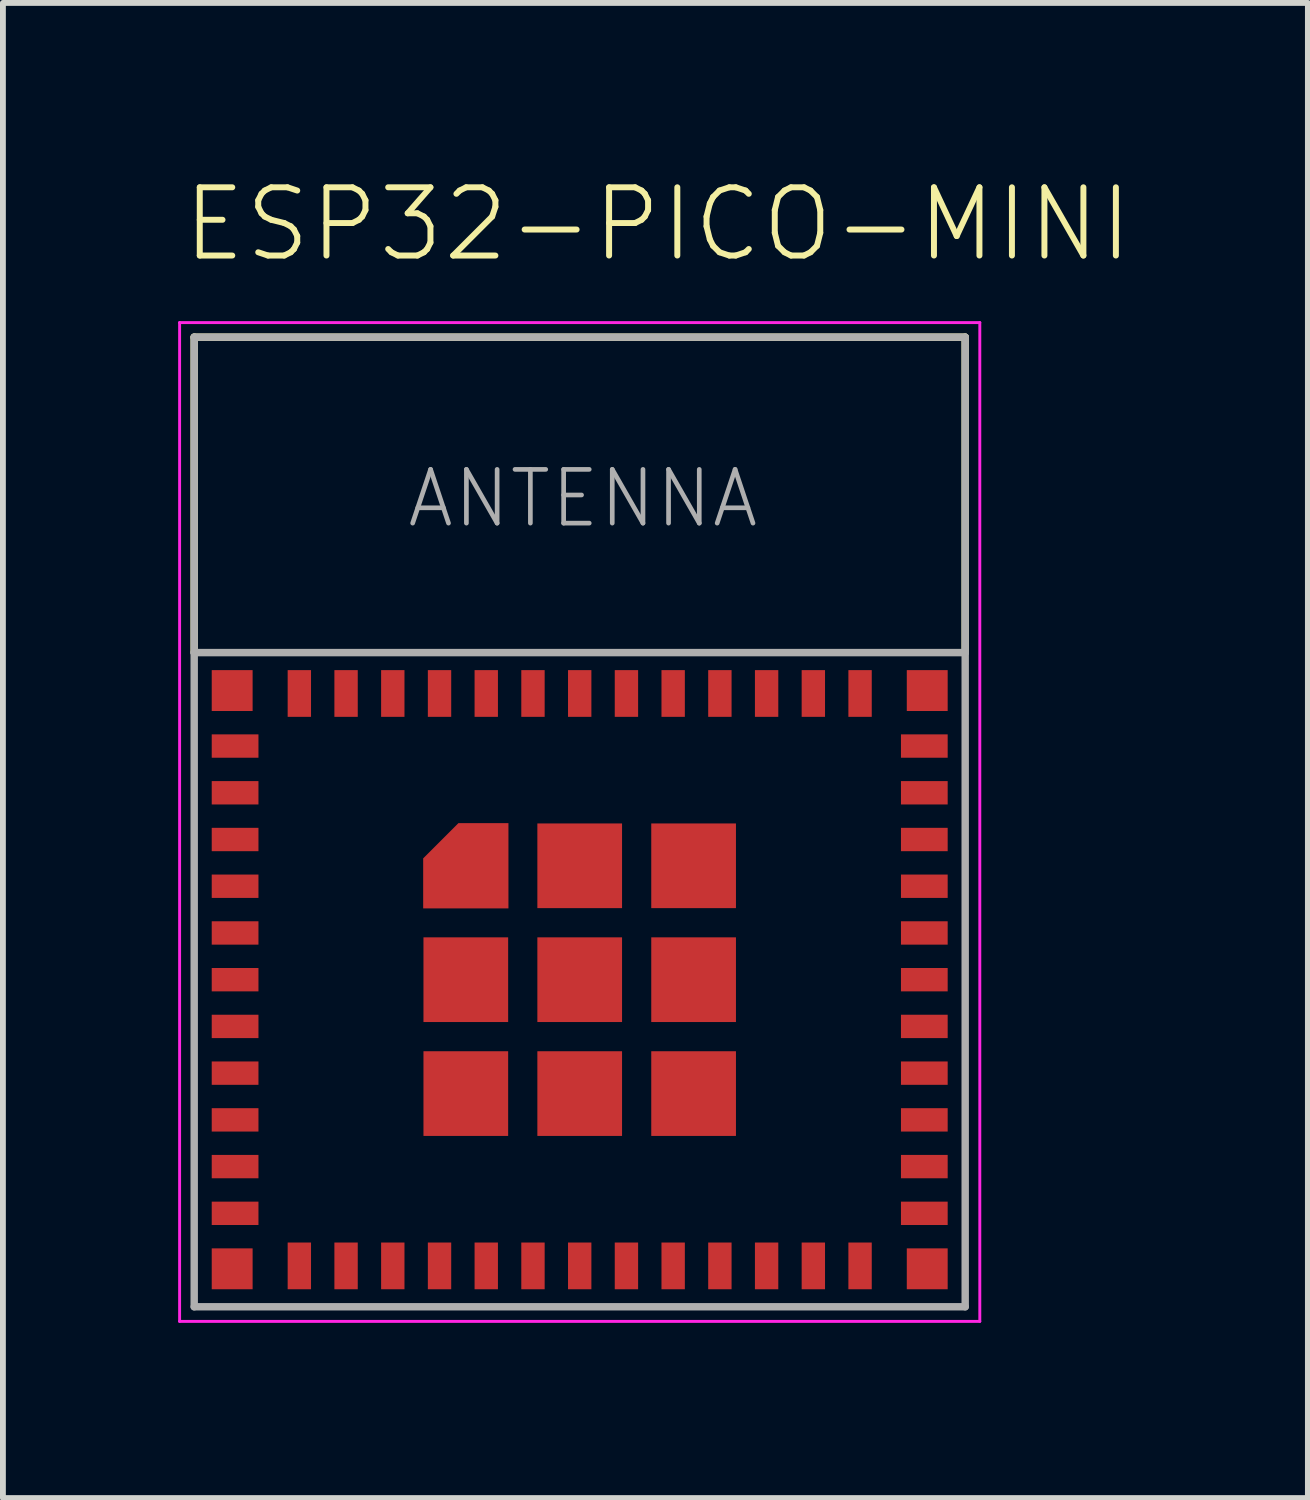
<source format=kicad_pcb>
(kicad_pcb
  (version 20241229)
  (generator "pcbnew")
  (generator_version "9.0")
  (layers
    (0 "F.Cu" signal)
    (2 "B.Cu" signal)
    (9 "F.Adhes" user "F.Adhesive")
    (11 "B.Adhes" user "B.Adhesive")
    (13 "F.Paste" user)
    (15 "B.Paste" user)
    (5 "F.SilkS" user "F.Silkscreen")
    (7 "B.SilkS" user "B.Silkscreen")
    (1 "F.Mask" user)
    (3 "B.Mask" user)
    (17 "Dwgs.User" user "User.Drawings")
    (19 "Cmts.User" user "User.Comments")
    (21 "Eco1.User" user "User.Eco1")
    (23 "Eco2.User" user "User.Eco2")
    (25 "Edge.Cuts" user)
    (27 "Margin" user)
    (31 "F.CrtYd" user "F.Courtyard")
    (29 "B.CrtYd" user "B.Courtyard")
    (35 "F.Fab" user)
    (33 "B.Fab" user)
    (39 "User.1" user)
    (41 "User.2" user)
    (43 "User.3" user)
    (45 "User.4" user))
  (footprint "ESP32-PICO-MINI"
    (layer "F.Cu")
    (at 6.875 13.723)
    (property "Reference" "ESP32-PICO-MINI" (at -6.85 -12.25 0) (unlocked yes) (layer "F.SilkS") (effects (font (size 1.168 1.168) (thickness 0.102)) (justify left bottom)))
    (fp_poly (pts (xy -1.22 -1.22) (xy -2.68 -1.22) (xy -2.68 -2.077) (xy -2.077 -2.68) (xy -1.22 -2.68)) (stroke (width 0) (type default)) (fill yes) (layer "F.Cu"))
    (fp_poly (pts (xy -1.12 -1.12) (xy -2.78 -1.12) (xy -2.78 -2.177) (xy -2.177 -2.78) (xy -1.12 -2.78)) (stroke (width 0) (type default)) (fill yes) (layer "F.Mask"))
    (fp_line (start -6.6 -11) (end 6.6 -11) (stroke (width 0.127) (type solid)) (layer "F.SilkS"))
    (fp_line (start -6.6 -5.6) (end -6.6 -11) (stroke (width 0.127) (type solid)) (layer "F.SilkS"))
    (fp_line (start 6.6 -11) (end 6.6 -5.6) (stroke (width 0.127) (type solid)) (layer "F.SilkS"))
    (fp_poly (pts (xy -1.22 -1.22) (xy -2.68 -1.22) (xy -2.68 -2.077) (xy -2.077 -2.68) (xy -1.22 -2.68)) (stroke (width 0) (type default)) (fill yes) (layer "F.Paste"))
    (fp_line (start -6.85 -11.25) (end -6.85 5.85) (stroke (width 0.05) (type solid)) (layer "F.CrtYd"))
    (fp_line (start -6.85 5.85) (end 6.85 5.85) (stroke (width 0.05) (type solid)) (layer "F.CrtYd"))
    (fp_line (start 6.85 -11.25) (end -6.85 -11.25) (stroke (width 0.05) (type solid)) (layer "F.CrtYd"))
    (fp_line (start 6.85 5.85) (end 6.85 -11.25) (stroke (width 0.05) (type solid)) (layer "F.CrtYd"))
    (fp_line (start -6.6 -11) (end 6.6 -11) (stroke (width 0.127) (type solid)) (layer "F.Fab"))
    (fp_line (start -6.6 -5.6) (end -6.6 -11) (stroke (width 0.127) (type solid)) (layer "F.Fab"))
    (fp_line (start -6.6 -5.6) (end 6.6 -5.6) (stroke (width 0.127) (type solid)) (layer "F.Fab"))
    (fp_line (start -6.6 5.6) (end -6.6 -5.6) (stroke (width 0.127) (type solid)) (layer "F.Fab"))
    (fp_line (start 6.6 -11) (end 6.6 -5.6) (stroke (width 0.127) (type solid)) (layer "F.Fab"))
    (fp_line (start 6.6 -5.6) (end 6.6 5.6) (stroke (width 0.127) (type solid)) (layer "F.Fab"))
    (fp_line (start 6.6 5.6) (end -6.6 5.6) (stroke (width 0.127) (type solid)) (layer "F.Fab"))
    (fp_text user "ANTENNA" (at -3 -7.7 0) (unlocked yes) (layer "F.Fab") (effects (font (size 0.92 0.92) (thickness 0.08)) (justify left bottom)))
    (pad "1" smd rect (at -5.9 -4) (size 0.8 0.4) (layers "F.Cu" "F.Mask" "F.Paste"))
    (pad "2" smd rect (at -5.9 -3.2) (size 0.8 0.4) (layers "F.Cu" "F.Mask" "F.Paste"))
    (pad "3" smd rect (at -5.9 -2.4) (size 0.8 0.4) (layers "F.Cu" "F.Mask" "F.Paste"))
    (pad "4" smd rect (at -5.9 -1.6) (size 0.8 0.4) (layers "F.Cu" "F.Mask" "F.Paste"))
    (pad "5" smd rect (at -5.9 -0.8) (size 0.8 0.4) (layers "F.Cu" "F.Mask" "F.Paste"))
    (pad "6" smd rect (at -5.9 0) (size 0.8 0.4) (layers "F.Cu" "F.Mask" "F.Paste"))
    (pad "7" smd rect (at -5.9 0.8) (size 0.8 0.4) (layers "F.Cu" "F.Mask" "F.Paste"))
    (pad "8" smd rect (at -5.9 1.6) (size 0.8 0.4) (layers "F.Cu" "F.Mask" "F.Paste"))
    (pad "9" smd rect (at -5.9 2.4) (size 0.8 0.4) (layers "F.Cu" "F.Mask" "F.Paste"))
    (pad "10" smd rect (at -5.9 3.2) (size 0.8 0.4) (layers "F.Cu" "F.Mask" "F.Paste"))
    (pad "11" smd rect (at -5.9 4) (size 0.8 0.4) (layers "F.Cu" "F.Mask" "F.Paste"))
    (pad "12" smd rect (at -4.8 4.9) (size 0.4 0.8) (layers "F.Cu" "F.Mask" "F.Paste"))
    (pad "13" smd rect (at -4 4.9) (size 0.4 0.8) (layers "F.Cu" "F.Mask" "F.Paste"))
    (pad "14" smd rect (at -3.2 4.9) (size 0.4 0.8) (layers "F.Cu" "F.Mask" "F.Paste"))
    (pad "15" smd rect (at -2.4 4.9) (size 0.4 0.8) (layers "F.Cu" "F.Mask" "F.Paste"))
    (pad "16" smd rect (at -1.6 4.9) (size 0.4 0.8) (layers "F.Cu" "F.Mask" "F.Paste"))
    (pad "17" smd rect (at -0.8 4.9) (size 0.4 0.8) (layers "F.Cu" "F.Mask" "F.Paste"))
    (pad "18" smd rect (at 0 4.9) (size 0.4 0.8) (layers "F.Cu" "F.Mask" "F.Paste"))
    (pad "19" smd rect (at 0.8 4.9) (size 0.4 0.8) (layers "F.Cu" "F.Mask" "F.Paste"))
    (pad "20" smd rect (at 1.6 4.9) (size 0.4 0.8) (layers "F.Cu" "F.Mask" "F.Paste"))
    (pad "21" smd rect (at 2.4 4.9) (size 0.4 0.8) (layers "F.Cu" "F.Mask" "F.Paste"))
    (pad "22" smd rect (at 3.2 4.9) (size 0.4 0.8) (layers "F.Cu" "F.Mask" "F.Paste"))
    (pad "23" smd rect (at 4 4.9) (size 0.4 0.8) (layers "F.Cu" "F.Mask" "F.Paste"))
    (pad "24" smd rect (at 4.8 4.9) (size 0.4 0.8) (layers "F.Cu" "F.Mask" "F.Paste"))
    (pad "25" smd rect (at 5.9 4) (size 0.8 0.4) (layers "F.Cu" "F.Mask" "F.Paste"))
    (pad "26" smd rect (at 5.9 3.2) (size 0.8 0.4) (layers "F.Cu" "F.Mask" "F.Paste"))
    (pad "27" smd rect (at 5.9 2.4) (size 0.8 0.4) (layers "F.Cu" "F.Mask" "F.Paste"))
    (pad "28" smd rect (at 5.9 1.6) (size 0.8 0.4) (layers "F.Cu" "F.Mask" "F.Paste"))
    (pad "29" smd rect (at 5.9 0.8) (size 0.8 0.4) (layers "F.Cu" "F.Mask" "F.Paste"))
    (pad "30" smd rect (at 5.9 0) (size 0.8 0.4) (layers "F.Cu" "F.Mask" "F.Paste"))
    (pad "31" smd rect (at 5.9 -0.8) (size 0.8 0.4) (layers "F.Cu" "F.Mask" "F.Paste"))
    (pad "32" smd rect (at 5.9 -1.6) (size 0.8 0.4) (layers "F.Cu" "F.Mask" "F.Paste"))
    (pad "33" smd rect (at 5.9 -2.4) (size 0.8 0.4) (layers "F.Cu" "F.Mask" "F.Paste"))
    (pad "34" smd rect (at 5.9 -3.2) (size 0.8 0.4) (layers "F.Cu" "F.Mask" "F.Paste"))
    (pad "35" smd rect (at 5.9 -4) (size 0.8 0.4) (layers "F.Cu" "F.Mask" "F.Paste"))
    (pad "36" smd rect (at 4.8 -4.9) (size 0.4 0.8) (layers "F.Cu" "F.Mask" "F.Paste"))
    (pad "37" smd rect (at 4 -4.9) (size 0.4 0.8) (layers "F.Cu" "F.Mask" "F.Paste"))
    (pad "38" smd rect (at 3.2 -4.9) (size 0.4 0.8) (layers "F.Cu" "F.Mask" "F.Paste"))
    (pad "39" smd rect (at 2.4 -4.9) (size 0.4 0.8) (layers "F.Cu" "F.Mask" "F.Paste"))
    (pad "40" smd rect (at 1.6 -4.9) (size 0.4 0.8) (layers "F.Cu" "F.Mask" "F.Paste"))
    (pad "41" smd rect (at 0.8 -4.9) (size 0.4 0.8) (layers "F.Cu" "F.Mask" "F.Paste"))
    (pad "42" smd rect (at 0 -4.9) (size 0.4 0.8) (layers "F.Cu" "F.Mask" "F.Paste"))
    (pad "43" smd rect (at -0.8 -4.9) (size 0.4 0.8) (layers "F.Cu" "F.Mask" "F.Paste"))
    (pad "44" smd rect (at -1.6 -4.9) (size 0.4 0.8) (layers "F.Cu" "F.Mask" "F.Paste"))
    (pad "45" smd rect (at -2.4 -4.9) (size 0.4 0.8) (layers "F.Cu" "F.Mask" "F.Paste"))
    (pad "46" smd rect (at -3.2 -4.9) (size 0.4 0.8) (layers "F.Cu" "F.Mask" "F.Paste"))
    (pad "47" smd rect (at -4 -4.9) (size 0.4 0.8) (layers "F.Cu" "F.Mask" "F.Paste"))
    (pad "48" smd rect (at -4.8 -4.9) (size 0.4 0.8) (layers "F.Cu" "F.Mask" "F.Paste"))
    (pad "49" smd rect (at 0 0) (size 1.45 1.45) (layers "F.Cu" "F.Mask" "F.Paste"))
    (pad "50" smd rect (at 5.95 -4.95) (size 0.7 0.7) (layers "F.Cu" "F.Mask" "F.Paste"))
    (pad "51" smd rect (at 5.95 4.95) (size 0.7 0.7) (layers "F.Cu" "F.Mask" "F.Paste"))
    (pad "52" smd rect (at -5.95 4.95) (size 0.7 0.7) (layers "F.Cu" "F.Mask" "F.Paste"))
    (pad "53" smd rect (at -5.95 -4.95) (size 0.7 0.7) (layers "F.Cu" "F.Mask" "F.Paste"))
    (pad "54" smd rect (at -1.95 0) (size 1.45 1.45) (layers "F.Cu" "F.Mask" "F.Paste"))
    (pad "55" smd rect (at -1.95 1.95) (size 1.45 1.45) (layers "F.Cu" "F.Mask" "F.Paste"))
    (pad "56" smd rect (at 0 1.95) (size 1.45 1.45) (layers "F.Cu" "F.Mask" "F.Paste"))
    (pad "57" smd rect (at 1.95 1.95) (size 1.45 1.45) (layers "F.Cu" "F.Mask" "F.Paste"))
    (pad "58" smd rect (at 1.95 0) (size 1.45 1.45) (layers "F.Cu" "F.Mask" "F.Paste"))
    (pad "59" smd rect (at 1.95 -1.95) (size 1.45 1.45) (layers "F.Cu" "F.Mask" "F.Paste"))
    (pad "60" smd rect (at 0 -1.95) (size 1.45 1.45) (layers "F.Cu" "F.Mask" "F.Paste"))
    (pad "61" smd rect (at -1.95 -1.95) (size 0.5 0.5) (layers "F.Cu"))
    (zone (net_name "") (layer "F.Cu") (hatch edge 0.5) (connect_pads) (min_thickness 0.25) (filled_areas_thickness no) (keepout (tracks not_allowed) (vias not_allowed) (pads not_allowed) (copperpour not_allowed) (footprints allowed)) (placement (enabled no)) (fill) (polygon (pts (xy 0.275 8.123) (xy 13.475 8.123) (xy 13.475 2.723) (xy 0.275 2.723))))
    (zone (net_name "") (layers "F.Cu" "B.Cu") (hatch edge 0.5) (connect_pads) (min_thickness 0.25) (filled_areas_thickness no) (keepout (tracks allowed) (vias not_allowed) (pads allowed) (copperpour allowed) (footprints allowed)) (placement (enabled no)) (fill) (polygon (pts (xy 0.275 8.123) (xy 13.475 8.123) (xy 13.475 2.723) (xy 0.275 2.723))))
    (zone (net_name "") (layer "B.Cu") (hatch edge 0.5) (connect_pads) (min_thickness 0.25) (filled_areas_thickness no) (keepout (tracks not_allowed) (vias not_allowed) (pads not_allowed) (copperpour not_allowed) (footprints allowed)) (placement (enabled no)) (fill) (polygon (pts (xy 0.275 8.123) (xy 13.475 8.123) (xy 13.475 2.723) (xy 0.275 2.723)))))
  (gr_rect
    (start -3 -3)
    (end 19.342 22.598)
    (stroke (width 0.1) (type default))
    (fill no)
    (layer "Edge.Cuts")))
</source>
